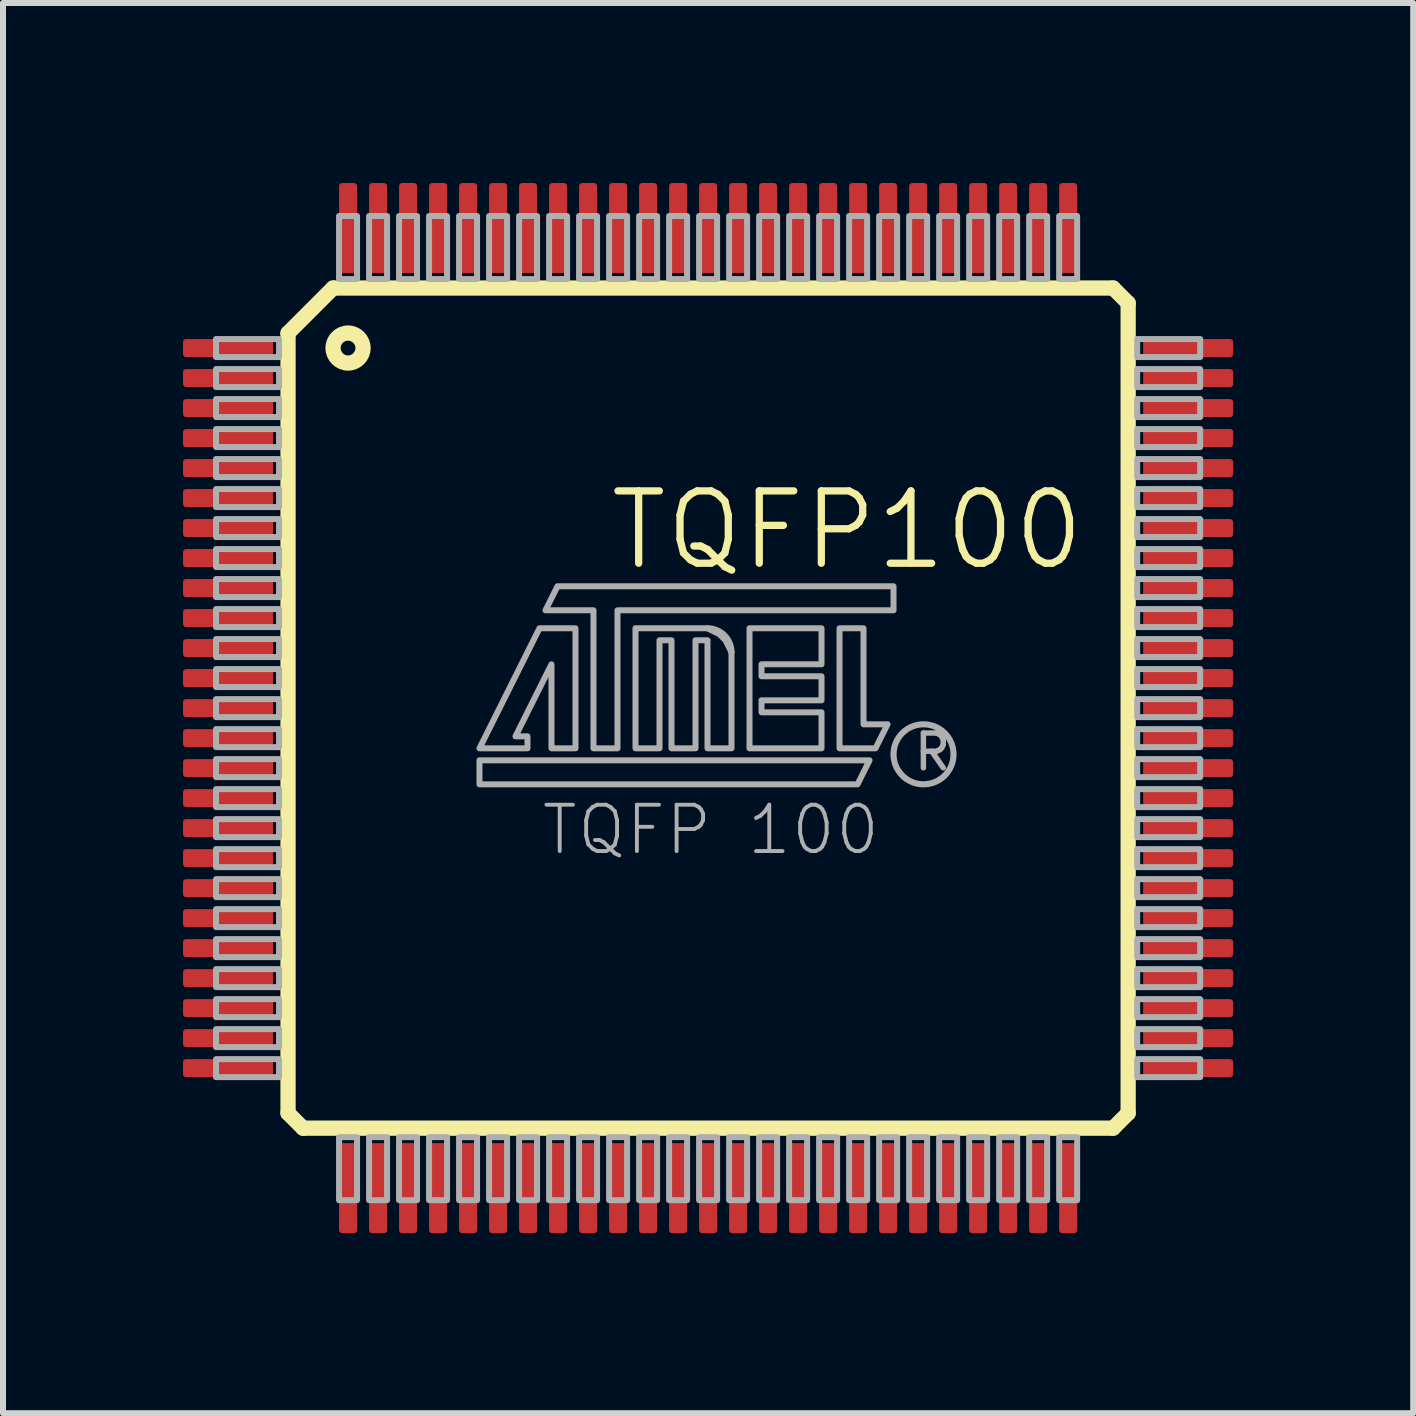
<source format=kicad_pcb>
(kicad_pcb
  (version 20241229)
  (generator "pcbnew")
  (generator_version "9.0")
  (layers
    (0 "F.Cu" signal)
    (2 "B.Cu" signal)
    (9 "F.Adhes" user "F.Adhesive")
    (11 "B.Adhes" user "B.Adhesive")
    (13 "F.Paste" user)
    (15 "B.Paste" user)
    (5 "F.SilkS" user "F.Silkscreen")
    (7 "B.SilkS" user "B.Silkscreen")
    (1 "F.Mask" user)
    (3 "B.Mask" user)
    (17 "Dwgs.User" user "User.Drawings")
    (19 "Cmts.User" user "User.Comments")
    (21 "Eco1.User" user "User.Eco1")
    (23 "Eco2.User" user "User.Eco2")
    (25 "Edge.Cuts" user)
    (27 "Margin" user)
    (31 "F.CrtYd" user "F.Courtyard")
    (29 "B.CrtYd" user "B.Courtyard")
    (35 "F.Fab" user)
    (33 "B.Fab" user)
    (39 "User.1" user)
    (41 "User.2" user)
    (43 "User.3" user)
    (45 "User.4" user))
  (footprint "TQFP100"
    (layer "F.Cu")
    (at 8.75 8.75)
    (property "Reference" "TQFP100" (at -1.696 -2.26 0) (layer "F.SilkS") (effects (font (size 1.206 1.206) (thickness 0.121)) (justify left bottom)))
    (attr through_hole)
    (fp_line (start -7 -6.25) (end -6.25 -7) (stroke (width 0.254) (type solid)) (layer "F.SilkS"))
    (fp_line (start -7 6.75) (end -7 -6.25) (stroke (width 0.254) (type solid)) (layer "F.SilkS"))
    (fp_line (start -6.75 7) (end -7 6.75) (stroke (width 0.254) (type solid)) (layer "F.SilkS"))
    (fp_line (start -6.25 -7) (end 6.75 -7) (stroke (width 0.254) (type solid)) (layer "F.SilkS"))
    (fp_line (start 6.75 -7) (end 7 -6.75) (stroke (width 0.254) (type solid)) (layer "F.SilkS"))
    (fp_line (start 6.75 7) (end -6.75 7) (stroke (width 0.254) (type solid)) (layer "F.SilkS"))
    (fp_line (start 7 -6.75) (end 7 6.75) (stroke (width 0.254) (type solid)) (layer "F.SilkS"))
    (fp_line (start 7 6.75) (end 6.75 7) (stroke (width 0.254) (type solid)) (layer "F.SilkS"))
    (fp_circle (center -6 -6) (end -5.75 -6) (stroke (width 0.254) (type solid)) (fill no) (layer "F.SilkS"))
    (fp_arc (start -0.0099 -1.3298) (mid 0.272872 -1.212672) (end 0.39 -0.9299) (stroke (width 0.1016) (type solid)) (layer "F.Fab"))
    (fp_circle (center 3.59 0.77) (end 4.09 0.77) (stroke (width 0.102) (type solid)) (fill no) (layer "F.Fab"))
    (fp_poly (pts (xy -8.2 -5.85) (xy -7.15 -5.85) (xy -7.15 -6.15) (xy -8.2 -6.15)) (stroke (width 0.1) (type solid)) (fill no) (layer "F.Fab"))
    (fp_poly (pts (xy -8.2 -5.35) (xy -7.15 -5.35) (xy -7.15 -5.65) (xy -8.2 -5.65)) (stroke (width 0.1) (type solid)) (fill no) (layer "F.Fab"))
    (fp_poly (pts (xy -8.2 -4.85) (xy -7.15 -4.85) (xy -7.15 -5.15) (xy -8.2 -5.15)) (stroke (width 0.1) (type solid)) (fill no) (layer "F.Fab"))
    (fp_poly (pts (xy -8.2 -4.35) (xy -7.15 -4.35) (xy -7.15 -4.65) (xy -8.2 -4.65)) (stroke (width 0.1) (type solid)) (fill no) (layer "F.Fab"))
    (fp_poly (pts (xy -8.2 -3.85) (xy -7.15 -3.85) (xy -7.15 -4.15) (xy -8.2 -4.15)) (stroke (width 0.1) (type solid)) (fill no) (layer "F.Fab"))
    (fp_poly (pts (xy -8.2 -3.35) (xy -7.15 -3.35) (xy -7.15 -3.65) (xy -8.2 -3.65)) (stroke (width 0.1) (type solid)) (fill no) (layer "F.Fab"))
    (fp_poly (pts (xy -8.2 -2.85) (xy -7.15 -2.85) (xy -7.15 -3.15) (xy -8.2 -3.15)) (stroke (width 0.1) (type solid)) (fill no) (layer "F.Fab"))
    (fp_poly (pts (xy -8.2 -2.35) (xy -7.15 -2.35) (xy -7.15 -2.65) (xy -8.2 -2.65)) (stroke (width 0.1) (type solid)) (fill no) (layer "F.Fab"))
    (fp_poly (pts (xy -8.2 -1.85) (xy -7.15 -1.85) (xy -7.15 -2.15) (xy -8.2 -2.15)) (stroke (width 0.1) (type solid)) (fill no) (layer "F.Fab"))
    (fp_poly (pts (xy -8.2 -1.35) (xy -7.15 -1.35) (xy -7.15 -1.65) (xy -8.2 -1.65)) (stroke (width 0.1) (type solid)) (fill no) (layer "F.Fab"))
    (fp_poly (pts (xy -8.2 -0.85) (xy -7.15 -0.85) (xy -7.15 -1.15) (xy -8.2 -1.15)) (stroke (width 0.1) (type solid)) (fill no) (layer "F.Fab"))
    (fp_poly (pts (xy -8.2 -0.35) (xy -7.15 -0.35) (xy -7.15 -0.65) (xy -8.2 -0.65)) (stroke (width 0.1) (type solid)) (fill no) (layer "F.Fab"))
    (fp_poly (pts (xy -8.2 0.15) (xy -7.15 0.15) (xy -7.15 -0.15) (xy -8.2 -0.15)) (stroke (width 0.1) (type solid)) (fill no) (layer "F.Fab"))
    (fp_poly (pts (xy -8.2 0.65) (xy -7.15 0.65) (xy -7.15 0.35) (xy -8.2 0.35)) (stroke (width 0.1) (type solid)) (fill no) (layer "F.Fab"))
    (fp_poly (pts (xy -8.2 1.15) (xy -7.15 1.15) (xy -7.15 0.85) (xy -8.2 0.85)) (stroke (width 0.1) (type solid)) (fill no) (layer "F.Fab"))
    (fp_poly (pts (xy -8.2 1.65) (xy -7.15 1.65) (xy -7.15 1.35) (xy -8.2 1.35)) (stroke (width 0.1) (type solid)) (fill no) (layer "F.Fab"))
    (fp_poly (pts (xy -8.2 2.15) (xy -7.15 2.15) (xy -7.15 1.85) (xy -8.2 1.85)) (stroke (width 0.1) (type solid)) (fill no) (layer "F.Fab"))
    (fp_poly (pts (xy -8.2 2.65) (xy -7.15 2.65) (xy -7.15 2.35) (xy -8.2 2.35)) (stroke (width 0.1) (type solid)) (fill no) (layer "F.Fab"))
    (fp_poly (pts (xy -8.2 3.15) (xy -7.15 3.15) (xy -7.15 2.85) (xy -8.2 2.85)) (stroke (width 0.1) (type solid)) (fill no) (layer "F.Fab"))
    (fp_poly (pts (xy -8.2 3.65) (xy -7.15 3.65) (xy -7.15 3.35) (xy -8.2 3.35)) (stroke (width 0.1) (type solid)) (fill no) (layer "F.Fab"))
    (fp_poly (pts (xy -8.2 4.15) (xy -7.15 4.15) (xy -7.15 3.85) (xy -8.2 3.85)) (stroke (width 0.1) (type solid)) (fill no) (layer "F.Fab"))
    (fp_poly (pts (xy -8.2 4.65) (xy -7.15 4.65) (xy -7.15 4.35) (xy -8.2 4.35)) (stroke (width 0.1) (type solid)) (fill no) (layer "F.Fab"))
    (fp_poly (pts (xy -8.2 5.15) (xy -7.15 5.15) (xy -7.15 4.85) (xy -8.2 4.85)) (stroke (width 0.1) (type solid)) (fill no) (layer "F.Fab"))
    (fp_poly (pts (xy -8.2 5.65) (xy -7.15 5.65) (xy -7.15 5.35) (xy -8.2 5.35)) (stroke (width 0.1) (type solid)) (fill no) (layer "F.Fab"))
    (fp_poly (pts (xy -8.2 6.15) (xy -7.15 6.15) (xy -7.15 5.85) (xy -8.2 5.85)) (stroke (width 0.1) (type solid)) (fill no) (layer "F.Fab"))
    (fp_poly (pts (xy -6.15 -7.15) (xy -5.85 -7.15) (xy -5.85 -8.2) (xy -6.15 -8.2)) (stroke (width 0.1) (type solid)) (fill no) (layer "F.Fab"))
    (fp_poly (pts (xy -6.15 8.2) (xy -5.85 8.2) (xy -5.85 7.15) (xy -6.15 7.15)) (stroke (width 0.1) (type solid)) (fill no) (layer "F.Fab"))
    (fp_poly (pts (xy -5.65 -7.15) (xy -5.35 -7.15) (xy -5.35 -8.2) (xy -5.65 -8.2)) (stroke (width 0.1) (type solid)) (fill no) (layer "F.Fab"))
    (fp_poly (pts (xy -5.65 8.2) (xy -5.35 8.2) (xy -5.35 7.15) (xy -5.65 7.15)) (stroke (width 0.1) (type solid)) (fill no) (layer "F.Fab"))
    (fp_poly (pts (xy -5.15 -7.15) (xy -4.85 -7.15) (xy -4.85 -8.2) (xy -5.15 -8.2)) (stroke (width 0.1) (type solid)) (fill no) (layer "F.Fab"))
    (fp_poly (pts (xy -5.15 8.2) (xy -4.85 8.2) (xy -4.85 7.15) (xy -5.15 7.15)) (stroke (width 0.1) (type solid)) (fill no) (layer "F.Fab"))
    (fp_poly (pts (xy -4.65 -7.15) (xy -4.35 -7.15) (xy -4.35 -8.2) (xy -4.65 -8.2)) (stroke (width 0.1) (type solid)) (fill no) (layer "F.Fab"))
    (fp_poly (pts (xy -4.65 8.2) (xy -4.35 8.2) (xy -4.35 7.15) (xy -4.65 7.15)) (stroke (width 0.1) (type solid)) (fill no) (layer "F.Fab"))
    (fp_poly (pts (xy -4.15 -7.15) (xy -3.85 -7.15) (xy -3.85 -8.2) (xy -4.15 -8.2)) (stroke (width 0.1) (type solid)) (fill no) (layer "F.Fab"))
    (fp_poly (pts (xy -4.15 8.2) (xy -3.85 8.2) (xy -3.85 7.15) (xy -4.15 7.15)) (stroke (width 0.1) (type solid)) (fill no) (layer "F.Fab"))
    (fp_poly (pts (xy -3.81 0.87) (xy -3.81 1.27) (xy 2.49 1.27) (xy 2.69 0.87)) (stroke (width 0.1) (type solid)) (fill no) (layer "F.Fab"))
    (fp_poly (pts (xy -3.65 -7.15) (xy -3.35 -7.15) (xy -3.35 -8.2) (xy -3.65 -8.2)) (stroke (width 0.1) (type solid)) (fill no) (layer "F.Fab"))
    (fp_poly (pts (xy -3.65 8.2) (xy -3.35 8.2) (xy -3.35 7.15) (xy -3.65 7.15)) (stroke (width 0.1) (type solid)) (fill no) (layer "F.Fab"))
    (fp_poly (pts (xy -3.15 -7.15) (xy -2.85 -7.15) (xy -2.85 -8.2) (xy -3.15 -8.2)) (stroke (width 0.1) (type solid)) (fill no) (layer "F.Fab"))
    (fp_poly (pts (xy -3.15 8.2) (xy -2.85 8.2) (xy -2.85 7.15) (xy -3.15 7.15)) (stroke (width 0.1) (type solid)) (fill no) (layer "F.Fab"))
    (fp_poly (pts (xy -2.65 -7.15) (xy -2.35 -7.15) (xy -2.35 -8.2) (xy -2.65 -8.2)) (stroke (width 0.1) (type solid)) (fill no) (layer "F.Fab"))
    (fp_poly (pts (xy -2.65 8.2) (xy -2.35 8.2) (xy -2.35 7.15) (xy -2.65 7.15)) (stroke (width 0.1) (type solid)) (fill no) (layer "F.Fab"))
    (fp_poly (pts (xy -2.15 -7.15) (xy -1.85 -7.15) (xy -1.85 -8.2) (xy -2.15 -8.2)) (stroke (width 0.1) (type solid)) (fill no) (layer "F.Fab"))
    (fp_poly (pts (xy -2.15 8.2) (xy -1.85 8.2) (xy -1.85 7.15) (xy -2.15 7.15)) (stroke (width 0.1) (type solid)) (fill no) (layer "F.Fab"))
    (fp_poly (pts (xy -1.65 -7.15) (xy -1.35 -7.15) (xy -1.35 -8.2) (xy -1.65 -8.2)) (stroke (width 0.1) (type solid)) (fill no) (layer "F.Fab"))
    (fp_poly (pts (xy -1.65 8.2) (xy -1.35 8.2) (xy -1.35 7.15) (xy -1.65 7.15)) (stroke (width 0.1) (type solid)) (fill no) (layer "F.Fab"))
    (fp_poly (pts (xy -1.15 -7.15) (xy -0.85 -7.15) (xy -0.85 -8.2) (xy -1.15 -8.2)) (stroke (width 0.1) (type solid)) (fill no) (layer "F.Fab"))
    (fp_poly (pts (xy -1.15 8.2) (xy -0.85 8.2) (xy -0.85 7.15) (xy -1.15 7.15)) (stroke (width 0.1) (type solid)) (fill no) (layer "F.Fab"))
    (fp_poly (pts (xy -0.65 -7.15) (xy -0.35 -7.15) (xy -0.35 -8.2) (xy -0.65 -8.2)) (stroke (width 0.1) (type solid)) (fill no) (layer "F.Fab"))
    (fp_poly (pts (xy -0.65 8.2) (xy -0.35 8.2) (xy -0.35 7.15) (xy -0.65 7.15)) (stroke (width 0.1) (type solid)) (fill no) (layer "F.Fab"))
    (fp_poly (pts (xy -0.15 -7.15) (xy 0.15 -7.15) (xy 0.15 -8.2) (xy -0.15 -8.2)) (stroke (width 0.1) (type solid)) (fill no) (layer "F.Fab"))
    (fp_poly (pts (xy -0.15 8.2) (xy 0.15 8.2) (xy 0.15 7.15) (xy -0.15 7.15)) (stroke (width 0.1) (type solid)) (fill no) (layer "F.Fab"))
    (fp_poly (pts (xy 0.35 -7.15) (xy 0.65 -7.15) (xy 0.65 -8.2) (xy 0.35 -8.2)) (stroke (width 0.1) (type solid)) (fill no) (layer "F.Fab"))
    (fp_poly (pts (xy 0.35 8.2) (xy 0.65 8.2) (xy 0.65 7.15) (xy 0.35 7.15)) (stroke (width 0.1) (type solid)) (fill no) (layer "F.Fab"))
    (fp_poly (pts (xy 0.85 -7.15) (xy 1.15 -7.15) (xy 1.15 -8.2) (xy 0.85 -8.2)) (stroke (width 0.1) (type solid)) (fill no) (layer "F.Fab"))
    (fp_poly (pts (xy 0.85 8.2) (xy 1.15 8.2) (xy 1.15 7.15) (xy 0.85 7.15)) (stroke (width 0.1) (type solid)) (fill no) (layer "F.Fab"))
    (fp_poly (pts (xy 1.35 -7.15) (xy 1.65 -7.15) (xy 1.65 -8.2) (xy 1.35 -8.2)) (stroke (width 0.1) (type solid)) (fill no) (layer "F.Fab"))
    (fp_poly (pts (xy 1.35 8.2) (xy 1.65 8.2) (xy 1.65 7.15) (xy 1.35 7.15)) (stroke (width 0.1) (type solid)) (fill no) (layer "F.Fab"))
    (fp_poly (pts (xy 1.85 -7.15) (xy 2.15 -7.15) (xy 2.15 -8.2) (xy 1.85 -8.2)) (stroke (width 0.1) (type solid)) (fill no) (layer "F.Fab"))
    (fp_poly (pts (xy 1.85 8.2) (xy 2.15 8.2) (xy 2.15 7.15) (xy 1.85 7.15)) (stroke (width 0.1) (type solid)) (fill no) (layer "F.Fab"))
    (fp_poly (pts (xy 2.35 -7.15) (xy 2.65 -7.15) (xy 2.65 -8.2) (xy 2.35 -8.2)) (stroke (width 0.1) (type solid)) (fill no) (layer "F.Fab"))
    (fp_poly (pts (xy 2.35 8.2) (xy 2.65 8.2) (xy 2.65 7.15) (xy 2.35 7.15)) (stroke (width 0.1) (type solid)) (fill no) (layer "F.Fab"))
    (fp_poly (pts (xy 2.85 -7.15) (xy 3.15 -7.15) (xy 3.15 -8.2) (xy 2.85 -8.2)) (stroke (width 0.1) (type solid)) (fill no) (layer "F.Fab"))
    (fp_poly (pts (xy 2.85 8.2) (xy 3.15 8.2) (xy 3.15 7.15) (xy 2.85 7.15)) (stroke (width 0.1) (type solid)) (fill no) (layer "F.Fab"))
    (fp_poly (pts (xy 3.35 -7.15) (xy 3.65 -7.15) (xy 3.65 -8.2) (xy 3.35 -8.2)) (stroke (width 0.1) (type solid)) (fill no) (layer "F.Fab"))
    (fp_poly (pts (xy 3.35 8.2) (xy 3.65 8.2) (xy 3.65 7.15) (xy 3.35 7.15)) (stroke (width 0.1) (type solid)) (fill no) (layer "F.Fab"))
    (fp_poly (pts (xy 3.85 -7.15) (xy 4.15 -7.15) (xy 4.15 -8.2) (xy 3.85 -8.2)) (stroke (width 0.1) (type solid)) (fill no) (layer "F.Fab"))
    (fp_poly (pts (xy 3.85 8.2) (xy 4.15 8.2) (xy 4.15 7.15) (xy 3.85 7.15)) (stroke (width 0.1) (type solid)) (fill no) (layer "F.Fab"))
    (fp_poly (pts (xy 4.35 -7.15) (xy 4.65 -7.15) (xy 4.65 -8.2) (xy 4.35 -8.2)) (stroke (width 0.1) (type solid)) (fill no) (layer "F.Fab"))
    (fp_poly (pts (xy 4.35 8.2) (xy 4.65 8.2) (xy 4.65 7.15) (xy 4.35 7.15)) (stroke (width 0.1) (type solid)) (fill no) (layer "F.Fab"))
    (fp_poly (pts (xy 4.85 -7.15) (xy 5.15 -7.15) (xy 5.15 -8.2) (xy 4.85 -8.2)) (stroke (width 0.1) (type solid)) (fill no) (layer "F.Fab"))
    (fp_poly (pts (xy 4.85 8.2) (xy 5.15 8.2) (xy 5.15 7.15) (xy 4.85 7.15)) (stroke (width 0.1) (type solid)) (fill no) (layer "F.Fab"))
    (fp_poly (pts (xy 5.35 -7.15) (xy 5.65 -7.15) (xy 5.65 -8.2) (xy 5.35 -8.2)) (stroke (width 0.1) (type solid)) (fill no) (layer "F.Fab"))
    (fp_poly (pts (xy 5.35 8.2) (xy 5.65 8.2) (xy 5.65 7.15) (xy 5.35 7.15)) (stroke (width 0.1) (type solid)) (fill no) (layer "F.Fab"))
    (fp_poly (pts (xy 5.85 -7.15) (xy 6.15 -7.15) (xy 6.15 -8.2) (xy 5.85 -8.2)) (stroke (width 0.1) (type solid)) (fill no) (layer "F.Fab"))
    (fp_poly (pts (xy 5.85 8.2) (xy 6.15 8.2) (xy 6.15 7.15) (xy 5.85 7.15)) (stroke (width 0.1) (type solid)) (fill no) (layer "F.Fab"))
    (fp_poly (pts (xy 7.15 -5.85) (xy 8.2 -5.85) (xy 8.2 -6.15) (xy 7.15 -6.15)) (stroke (width 0.1) (type solid)) (fill no) (layer "F.Fab"))
    (fp_poly (pts (xy 7.15 -5.35) (xy 8.2 -5.35) (xy 8.2 -5.65) (xy 7.15 -5.65)) (stroke (width 0.1) (type solid)) (fill no) (layer "F.Fab"))
    (fp_poly (pts (xy 7.15 -4.85) (xy 8.2 -4.85) (xy 8.2 -5.15) (xy 7.15 -5.15)) (stroke (width 0.1) (type solid)) (fill no) (layer "F.Fab"))
    (fp_poly (pts (xy 7.15 -4.35) (xy 8.2 -4.35) (xy 8.2 -4.65) (xy 7.15 -4.65)) (stroke (width 0.1) (type solid)) (fill no) (layer "F.Fab"))
    (fp_poly (pts (xy 7.15 -3.85) (xy 8.2 -3.85) (xy 8.2 -4.15) (xy 7.15 -4.15)) (stroke (width 0.1) (type solid)) (fill no) (layer "F.Fab"))
    (fp_poly (pts (xy 7.15 -3.35) (xy 8.2 -3.35) (xy 8.2 -3.65) (xy 7.15 -3.65)) (stroke (width 0.1) (type solid)) (fill no) (layer "F.Fab"))
    (fp_poly (pts (xy 7.15 -2.85) (xy 8.2 -2.85) (xy 8.2 -3.15) (xy 7.15 -3.15)) (stroke (width 0.1) (type solid)) (fill no) (layer "F.Fab"))
    (fp_poly (pts (xy 7.15 -2.35) (xy 8.2 -2.35) (xy 8.2 -2.65) (xy 7.15 -2.65)) (stroke (width 0.1) (type solid)) (fill no) (layer "F.Fab"))
    (fp_poly (pts (xy 7.15 -1.85) (xy 8.2 -1.85) (xy 8.2 -2.15) (xy 7.15 -2.15)) (stroke (width 0.1) (type solid)) (fill no) (layer "F.Fab"))
    (fp_poly (pts (xy 7.15 -1.35) (xy 8.2 -1.35) (xy 8.2 -1.65) (xy 7.15 -1.65)) (stroke (width 0.1) (type solid)) (fill no) (layer "F.Fab"))
    (fp_poly (pts (xy 7.15 -0.85) (xy 8.2 -0.85) (xy 8.2 -1.15) (xy 7.15 -1.15)) (stroke (width 0.1) (type solid)) (fill no) (layer "F.Fab"))
    (fp_poly (pts (xy 7.15 -0.35) (xy 8.2 -0.35) (xy 8.2 -0.65) (xy 7.15 -0.65)) (stroke (width 0.1) (type solid)) (fill no) (layer "F.Fab"))
    (fp_poly (pts (xy 7.15 0.15) (xy 8.2 0.15) (xy 8.2 -0.15) (xy 7.15 -0.15)) (stroke (width 0.1) (type solid)) (fill no) (layer "F.Fab"))
    (fp_poly (pts (xy 7.15 0.65) (xy 8.2 0.65) (xy 8.2 0.35) (xy 7.15 0.35)) (stroke (width 0.1) (type solid)) (fill no) (layer "F.Fab"))
    (fp_poly (pts (xy 7.15 1.15) (xy 8.2 1.15) (xy 8.2 0.85) (xy 7.15 0.85)) (stroke (width 0.1) (type solid)) (fill no) (layer "F.Fab"))
    (fp_poly (pts (xy 7.15 1.65) (xy 8.2 1.65) (xy 8.2 1.35) (xy 7.15 1.35)) (stroke (width 0.1) (type solid)) (fill no) (layer "F.Fab"))
    (fp_poly (pts (xy 7.15 2.15) (xy 8.2 2.15) (xy 8.2 1.85) (xy 7.15 1.85)) (stroke (width 0.1) (type solid)) (fill no) (layer "F.Fab"))
    (fp_poly (pts (xy 7.15 2.65) (xy 8.2 2.65) (xy 8.2 2.35) (xy 7.15 2.35)) (stroke (width 0.1) (type solid)) (fill no) (layer "F.Fab"))
    (fp_poly (pts (xy 7.15 3.15) (xy 8.2 3.15) (xy 8.2 2.85) (xy 7.15 2.85)) (stroke (width 0.1) (type solid)) (fill no) (layer "F.Fab"))
    (fp_poly (pts (xy 7.15 3.65) (xy 8.2 3.65) (xy 8.2 3.35) (xy 7.15 3.35)) (stroke (width 0.1) (type solid)) (fill no) (layer "F.Fab"))
    (fp_poly (pts (xy 7.15 4.15) (xy 8.2 4.15) (xy 8.2 3.85) (xy 7.15 3.85)) (stroke (width 0.1) (type solid)) (fill no) (layer "F.Fab"))
    (fp_poly (pts (xy 7.15 4.65) (xy 8.2 4.65) (xy 8.2 4.35) (xy 7.15 4.35)) (stroke (width 0.1) (type solid)) (fill no) (layer "F.Fab"))
    (fp_poly (pts (xy 7.15 5.15) (xy 8.2 5.15) (xy 8.2 4.85) (xy 7.15 4.85)) (stroke (width 0.1) (type solid)) (fill no) (layer "F.Fab"))
    (fp_poly (pts (xy 7.15 5.65) (xy 8.2 5.65) (xy 8.2 5.35) (xy 7.15 5.35)) (stroke (width 0.1) (type solid)) (fill no) (layer "F.Fab"))
    (fp_poly (pts (xy 7.15 6.15) (xy 8.2 6.15) (xy 8.2 5.85) (xy 7.15 5.85)) (stroke (width 0.1) (type solid)) (fill no) (layer "F.Fab"))
    (fp_poly (pts (xy 2.19 -1.33) (xy 2.19 0.67) (xy 2.79 0.67) (xy 2.99 0.27) (xy 2.59 0.27) (xy 2.59 -1.33)) (stroke (width 0.1) (type solid)) (fill no) (layer "F.Fab"))
    (fp_poly (pts (xy -2.71 -1.63) (xy -2.51 -2.03) (xy 3.09 -2.03) (xy 3.09 -1.63) (xy -1.51 -1.63) (xy -1.51 0.67) (xy -1.91 0.67) (xy -1.91 -1.63)) (stroke (width 0.1) (type solid)) (fill no) (layer "F.Fab"))
    (fp_poly (pts (xy -3.81 0.67) (xy -2.81 -1.33) (xy -2.21 -1.33) (xy -2.21 0.67) (xy -2.61 0.67) (xy -2.61 -0.73) (xy -3.21 0.47) (xy -3.01 0.47) (xy -3.01 0.67)) (stroke (width 0.1) (type solid)) (fill no) (layer "F.Fab"))
    (fp_poly (pts (xy 0.69 -1.33) (xy 0.69 0.67) (xy 1.89 0.67) (xy 1.89 0.07) (xy 0.89 0.07) (xy 0.89 -0.13) (xy 1.89 -0.13) (xy 1.89 -0.53) (xy 0.89 -0.53) (xy 0.89 -0.73) (xy 1.89 -0.73) (xy 1.89 -1.33)) (stroke (width 0.1) (type solid)) (fill no) (layer "F.Fab"))
    (fp_poly (pts (xy -1.21 -1.33) (xy -1.21 0.67) (xy -0.81 0.67) (xy -0.81 -1.13) (xy -0.61 -1.13) (xy -0.61 0.67) (xy -0.21 0.67) (xy -0.21 -1.13) (xy -0.01 -1.13) (xy -0.01 0.67) (xy 0.39 0.67) (xy 0.39 -0.93) (xy 0.29 -1.13) (xy 0.19 -1.23) (xy -0.01 -1.33)) (stroke (width 0.1) (type solid)) (fill no) (layer "F.Fab"))
    (fp_text user "TQFP 100" (at -2.81 2.48 0) (layer "F.Fab") (effects (font (size 0.772 0.772) (thickness 0.065)) (justify left bottom)))
    (fp_text user "R" (at 3.39 1.07 0) (layer "F.Fab") (effects (font (size 0.579 0.579) (thickness 0.091)) (justify left bottom)))
    (pad "1" smd roundrect (at -8 -6) (size 1.5 0.3) (layers "F.Cu" "F.Mask" "F.Paste") (roundrect_rratio 0.169))
    (pad "2" smd roundrect (at -8 -5.5) (size 1.5 0.3) (layers "F.Cu" "F.Mask" "F.Paste") (roundrect_rratio 0.169))
    (pad "3" smd roundrect (at -8 -5) (size 1.5 0.3) (layers "F.Cu" "F.Mask" "F.Paste") (roundrect_rratio 0.169))
    (pad "4" smd roundrect (at -8 -4.5) (size 1.5 0.3) (layers "F.Cu" "F.Mask" "F.Paste") (roundrect_rratio 0.169))
    (pad "5" smd roundrect (at -8 -4) (size 1.5 0.3) (layers "F.Cu" "F.Mask" "F.Paste") (roundrect_rratio 0.169))
    (pad "6" smd roundrect (at -8 -3.5) (size 1.5 0.3) (layers "F.Cu" "F.Mask" "F.Paste") (roundrect_rratio 0.169))
    (pad "7" smd roundrect (at -8 -3) (size 1.5 0.3) (layers "F.Cu" "F.Mask" "F.Paste") (roundrect_rratio 0.169))
    (pad "8" smd roundrect (at -8 -2.5) (size 1.5 0.3) (layers "F.Cu" "F.Mask" "F.Paste") (roundrect_rratio 0.169))
    (pad "9" smd roundrect (at -8 -2) (size 1.5 0.3) (layers "F.Cu" "F.Mask" "F.Paste") (roundrect_rratio 0.169))
    (pad "10" smd roundrect (at -8 -1.5) (size 1.5 0.3) (layers "F.Cu" "F.Mask" "F.Paste") (roundrect_rratio 0.169))
    (pad "11" smd roundrect (at -8 -1) (size 1.5 0.3) (layers "F.Cu" "F.Mask" "F.Paste") (roundrect_rratio 0.169))
    (pad "12" smd roundrect (at -8 -0.5) (size 1.5 0.3) (layers "F.Cu" "F.Mask" "F.Paste") (roundrect_rratio 0.169))
    (pad "13" smd roundrect (at -8 0) (size 1.5 0.3) (layers "F.Cu" "F.Mask" "F.Paste") (roundrect_rratio 0.169))
    (pad "14" smd roundrect (at -8 0.5) (size 1.5 0.3) (layers "F.Cu" "F.Mask" "F.Paste") (roundrect_rratio 0.169))
    (pad "15" smd roundrect (at -8 1) (size 1.5 0.3) (layers "F.Cu" "F.Mask" "F.Paste") (roundrect_rratio 0.169))
    (pad "16" smd roundrect (at -8 1.5) (size 1.5 0.3) (layers "F.Cu" "F.Mask" "F.Paste") (roundrect_rratio 0.169))
    (pad "17" smd roundrect (at -8 2) (size 1.5 0.3) (layers "F.Cu" "F.Mask" "F.Paste") (roundrect_rratio 0.169))
    (pad "18" smd roundrect (at -8 2.5) (size 1.5 0.3) (layers "F.Cu" "F.Mask" "F.Paste") (roundrect_rratio 0.169))
    (pad "19" smd roundrect (at -8 3) (size 1.5 0.3) (layers "F.Cu" "F.Mask" "F.Paste") (roundrect_rratio 0.169))
    (pad "20" smd roundrect (at -8 3.5) (size 1.5 0.3) (layers "F.Cu" "F.Mask" "F.Paste") (roundrect_rratio 0.169))
    (pad "21" smd roundrect (at -8 4) (size 1.5 0.3) (layers "F.Cu" "F.Mask" "F.Paste") (roundrect_rratio 0.169))
    (pad "22" smd roundrect (at -8 4.5) (size 1.5 0.3) (layers "F.Cu" "F.Mask" "F.Paste") (roundrect_rratio 0.169))
    (pad "23" smd roundrect (at -8 5) (size 1.5 0.3) (layers "F.Cu" "F.Mask" "F.Paste") (roundrect_rratio 0.169))
    (pad "24" smd roundrect (at -8 5.5) (size 1.5 0.3) (layers "F.Cu" "F.Mask" "F.Paste") (roundrect_rratio 0.169))
    (pad "25" smd roundrect (at -8 6) (size 1.5 0.3) (layers "F.Cu" "F.Mask" "F.Paste") (roundrect_rratio 0.169))
    (pad "26" smd roundrect (at -6 8) (size 0.3 1.5) (layers "F.Cu" "F.Mask" "F.Paste") (roundrect_rratio 0.169))
    (pad "27" smd roundrect (at -5.5 8) (size 0.3 1.5) (layers "F.Cu" "F.Mask" "F.Paste") (roundrect_rratio 0.169))
    (pad "28" smd roundrect (at -5 8) (size 0.3 1.5) (layers "F.Cu" "F.Mask" "F.Paste") (roundrect_rratio 0.169))
    (pad "29" smd roundrect (at -4.5 8) (size 0.3 1.5) (layers "F.Cu" "F.Mask" "F.Paste") (roundrect_rratio 0.169))
    (pad "30" smd roundrect (at -4 8) (size 0.3 1.5) (layers "F.Cu" "F.Mask" "F.Paste") (roundrect_rratio 0.169))
    (pad "31" smd roundrect (at -3.5 8) (size 0.3 1.5) (layers "F.Cu" "F.Mask" "F.Paste") (roundrect_rratio 0.169))
    (pad "32" smd roundrect (at -3 8) (size 0.3 1.5) (layers "F.Cu" "F.Mask" "F.Paste") (roundrect_rratio 0.169))
    (pad "33" smd roundrect (at -2.5 8) (size 0.3 1.5) (layers "F.Cu" "F.Mask" "F.Paste") (roundrect_rratio 0.169))
    (pad "34" smd roundrect (at -2 8) (size 0.3 1.5) (layers "F.Cu" "F.Mask" "F.Paste") (roundrect_rratio 0.169))
    (pad "35" smd roundrect (at -1.5 8) (size 0.3 1.5) (layers "F.Cu" "F.Mask" "F.Paste") (roundrect_rratio 0.169))
    (pad "36" smd roundrect (at -1 8) (size 0.3 1.5) (layers "F.Cu" "F.Mask" "F.Paste") (roundrect_rratio 0.169))
    (pad "37" smd roundrect (at -0.5 8) (size 0.3 1.5) (layers "F.Cu" "F.Mask" "F.Paste") (roundrect_rratio 0.169))
    (pad "38" smd roundrect (at 0 8) (size 0.3 1.5) (layers "F.Cu" "F.Mask" "F.Paste") (roundrect_rratio 0.169))
    (pad "39" smd roundrect (at 0.5 8) (size 0.3 1.5) (layers "F.Cu" "F.Mask" "F.Paste") (roundrect_rratio 0.169))
    (pad "40" smd roundrect (at 1 8) (size 0.3 1.5) (layers "F.Cu" "F.Mask" "F.Paste") (roundrect_rratio 0.169))
    (pad "41" smd roundrect (at 1.5 8) (size 0.3 1.5) (layers "F.Cu" "F.Mask" "F.Paste") (roundrect_rratio 0.169))
    (pad "42" smd roundrect (at 2 8) (size 0.3 1.5) (layers "F.Cu" "F.Mask" "F.Paste") (roundrect_rratio 0.169))
    (pad "43" smd roundrect (at 2.5 8) (size 0.3 1.5) (layers "F.Cu" "F.Mask" "F.Paste") (roundrect_rratio 0.169))
    (pad "44" smd roundrect (at 3 8) (size 0.3 1.5) (layers "F.Cu" "F.Mask" "F.Paste") (roundrect_rratio 0.169))
    (pad "45" smd roundrect (at 3.5 8) (size 0.3 1.5) (layers "F.Cu" "F.Mask" "F.Paste") (roundrect_rratio 0.169))
    (pad "46" smd roundrect (at 4 8) (size 0.3 1.5) (layers "F.Cu" "F.Mask" "F.Paste") (roundrect_rratio 0.169))
    (pad "47" smd roundrect (at 4.5 8) (size 0.3 1.5) (layers "F.Cu" "F.Mask" "F.Paste") (roundrect_rratio 0.169))
    (pad "48" smd roundrect (at 5 8) (size 0.3 1.5) (layers "F.Cu" "F.Mask" "F.Paste") (roundrect_rratio 0.169))
    (pad "49" smd roundrect (at 5.5 8) (size 0.3 1.5) (layers "F.Cu" "F.Mask" "F.Paste") (roundrect_rratio 0.169))
    (pad "50" smd roundrect (at 6 8) (size 0.3 1.5) (layers "F.Cu" "F.Mask" "F.Paste") (roundrect_rratio 0.169))
    (pad "51" smd roundrect (at 8 6) (size 1.5 0.3) (layers "F.Cu" "F.Mask" "F.Paste") (roundrect_rratio 0.169))
    (pad "52" smd roundrect (at 8 5.5) (size 1.5 0.3) (layers "F.Cu" "F.Mask" "F.Paste") (roundrect_rratio 0.169))
    (pad "53" smd roundrect (at 8 5) (size 1.5 0.3) (layers "F.Cu" "F.Mask" "F.Paste") (roundrect_rratio 0.169))
    (pad "54" smd roundrect (at 8 4.5) (size 1.5 0.3) (layers "F.Cu" "F.Mask" "F.Paste") (roundrect_rratio 0.169))
    (pad "55" smd roundrect (at 8 4) (size 1.5 0.3) (layers "F.Cu" "F.Mask" "F.Paste") (roundrect_rratio 0.169))
    (pad "56" smd roundrect (at 8 3.5) (size 1.5 0.3) (layers "F.Cu" "F.Mask" "F.Paste") (roundrect_rratio 0.169))
    (pad "57" smd roundrect (at 8 3) (size 1.5 0.3) (layers "F.Cu" "F.Mask" "F.Paste") (roundrect_rratio 0.169))
    (pad "58" smd roundrect (at 8 2.5) (size 1.5 0.3) (layers "F.Cu" "F.Mask" "F.Paste") (roundrect_rratio 0.169))
    (pad "59" smd roundrect (at 8 2) (size 1.5 0.3) (layers "F.Cu" "F.Mask" "F.Paste") (roundrect_rratio 0.169))
    (pad "60" smd roundrect (at 8 1.5) (size 1.5 0.3) (layers "F.Cu" "F.Mask" "F.Paste") (roundrect_rratio 0.169))
    (pad "61" smd roundrect (at 8 1) (size 1.5 0.3) (layers "F.Cu" "F.Mask" "F.Paste") (roundrect_rratio 0.169))
    (pad "62" smd roundrect (at 8 0.5) (size 1.5 0.3) (layers "F.Cu" "F.Mask" "F.Paste") (roundrect_rratio 0.169))
    (pad "63" smd roundrect (at 8 0) (size 1.5 0.3) (layers "F.Cu" "F.Mask" "F.Paste") (roundrect_rratio 0.169))
    (pad "64" smd roundrect (at 8 -0.5) (size 1.5 0.3) (layers "F.Cu" "F.Mask" "F.Paste") (roundrect_rratio 0.169))
    (pad "65" smd roundrect (at 8 -1) (size 1.5 0.3) (layers "F.Cu" "F.Mask" "F.Paste") (roundrect_rratio 0.169))
    (pad "66" smd roundrect (at 8 -1.5) (size 1.5 0.3) (layers "F.Cu" "F.Mask" "F.Paste") (roundrect_rratio 0.169))
    (pad "67" smd roundrect (at 8 -2) (size 1.5 0.3) (layers "F.Cu" "F.Mask" "F.Paste") (roundrect_rratio 0.169))
    (pad "68" smd roundrect (at 8 -2.5) (size 1.5 0.3) (layers "F.Cu" "F.Mask" "F.Paste") (roundrect_rratio 0.169))
    (pad "69" smd roundrect (at 8 -3) (size 1.5 0.3) (layers "F.Cu" "F.Mask" "F.Paste") (roundrect_rratio 0.169))
    (pad "70" smd roundrect (at 8 -3.5) (size 1.5 0.3) (layers "F.Cu" "F.Mask" "F.Paste") (roundrect_rratio 0.169))
    (pad "71" smd roundrect (at 8 -4) (size 1.5 0.3) (layers "F.Cu" "F.Mask" "F.Paste") (roundrect_rratio 0.169))
    (pad "72" smd roundrect (at 8 -4.5) (size 1.5 0.3) (layers "F.Cu" "F.Mask" "F.Paste") (roundrect_rratio 0.169))
    (pad "73" smd roundrect (at 8 -5) (size 1.5 0.3) (layers "F.Cu" "F.Mask" "F.Paste") (roundrect_rratio 0.169))
    (pad "74" smd roundrect (at 8 -5.5) (size 1.5 0.3) (layers "F.Cu" "F.Mask" "F.Paste") (roundrect_rratio 0.169))
    (pad "75" smd roundrect (at 8 -6) (size 1.5 0.3) (layers "F.Cu" "F.Mask" "F.Paste") (roundrect_rratio 0.169))
    (pad "76" smd roundrect (at 6 -8) (size 0.3 1.5) (layers "F.Cu" "F.Mask" "F.Paste") (roundrect_rratio 0.169))
    (pad "77" smd roundrect (at 5.5 -8) (size 0.3 1.5) (layers "F.Cu" "F.Mask" "F.Paste") (roundrect_rratio 0.169))
    (pad "78" smd roundrect (at 5 -8) (size 0.3 1.5) (layers "F.Cu" "F.Mask" "F.Paste") (roundrect_rratio 0.169))
    (pad "79" smd roundrect (at 4.5 -8) (size 0.3 1.5) (layers "F.Cu" "F.Mask" "F.Paste") (roundrect_rratio 0.169))
    (pad "80" smd roundrect (at 4 -8) (size 0.3 1.5) (layers "F.Cu" "F.Mask" "F.Paste") (roundrect_rratio 0.169))
    (pad "81" smd roundrect (at 3.5 -8) (size 0.3 1.5) (layers "F.Cu" "F.Mask" "F.Paste") (roundrect_rratio 0.169))
    (pad "82" smd roundrect (at 3 -8) (size 0.3 1.5) (layers "F.Cu" "F.Mask" "F.Paste") (roundrect_rratio 0.169))
    (pad "83" smd roundrect (at 2.5 -8) (size 0.3 1.5) (layers "F.Cu" "F.Mask" "F.Paste") (roundrect_rratio 0.169))
    (pad "84" smd roundrect (at 2 -8) (size 0.3 1.5) (layers "F.Cu" "F.Mask" "F.Paste") (roundrect_rratio 0.169))
    (pad "85" smd roundrect (at 1.5 -8) (size 0.3 1.5) (layers "F.Cu" "F.Mask" "F.Paste") (roundrect_rratio 0.169))
    (pad "86" smd roundrect (at 1 -8) (size 0.3 1.5) (layers "F.Cu" "F.Mask" "F.Paste") (roundrect_rratio 0.169))
    (pad "87" smd roundrect (at 0.5 -8) (size 0.3 1.5) (layers "F.Cu" "F.Mask" "F.Paste") (roundrect_rratio 0.169))
    (pad "88" smd roundrect (at 0 -8) (size 0.3 1.5) (layers "F.Cu" "F.Mask" "F.Paste") (roundrect_rratio 0.169))
    (pad "89" smd roundrect (at -0.5 -8) (size 0.3 1.5) (layers "F.Cu" "F.Mask" "F.Paste") (roundrect_rratio 0.169))
    (pad "90" smd roundrect (at -1 -8) (size 0.3 1.5) (layers "F.Cu" "F.Mask" "F.Paste") (roundrect_rratio 0.169))
    (pad "91" smd roundrect (at -1.5 -8) (size 0.3 1.5) (layers "F.Cu" "F.Mask" "F.Paste") (roundrect_rratio 0.169))
    (pad "92" smd roundrect (at -2 -8) (size 0.3 1.5) (layers "F.Cu" "F.Mask" "F.Paste") (roundrect_rratio 0.169))
    (pad "93" smd roundrect (at -2.5 -8) (size 0.3 1.5) (layers "F.Cu" "F.Mask" "F.Paste") (roundrect_rratio 0.169))
    (pad "94" smd roundrect (at -3 -8) (size 0.3 1.5) (layers "F.Cu" "F.Mask" "F.Paste") (roundrect_rratio 0.169))
    (pad "95" smd roundrect (at -3.5 -8) (size 0.3 1.5) (layers "F.Cu" "F.Mask" "F.Paste") (roundrect_rratio 0.169))
    (pad "96" smd roundrect (at -4 -8) (size 0.3 1.5) (layers "F.Cu" "F.Mask" "F.Paste") (roundrect_rratio 0.169))
    (pad "97" smd roundrect (at -4.5 -8) (size 0.3 1.5) (layers "F.Cu" "F.Mask" "F.Paste") (roundrect_rratio 0.169))
    (pad "98" smd roundrect (at -5 -8) (size 0.3 1.5) (layers "F.Cu" "F.Mask" "F.Paste") (roundrect_rratio 0.169))
    (pad "99" smd roundrect (at -5.5 -8) (size 0.3 1.5) (layers "F.Cu" "F.Mask" "F.Paste") (roundrect_rratio 0.169))
    (pad "100" smd roundrect (at -6 -8) (size 0.3 1.5) (layers "F.Cu" "F.Mask" "F.Paste") (roundrect_rratio 0.169)))
  (gr_rect
    (start -3 -3)
    (end 20.5 20.5)
    (stroke (width 0.1) (type default))
    (fill no)
    (layer "Edge.Cuts")))
</source>
